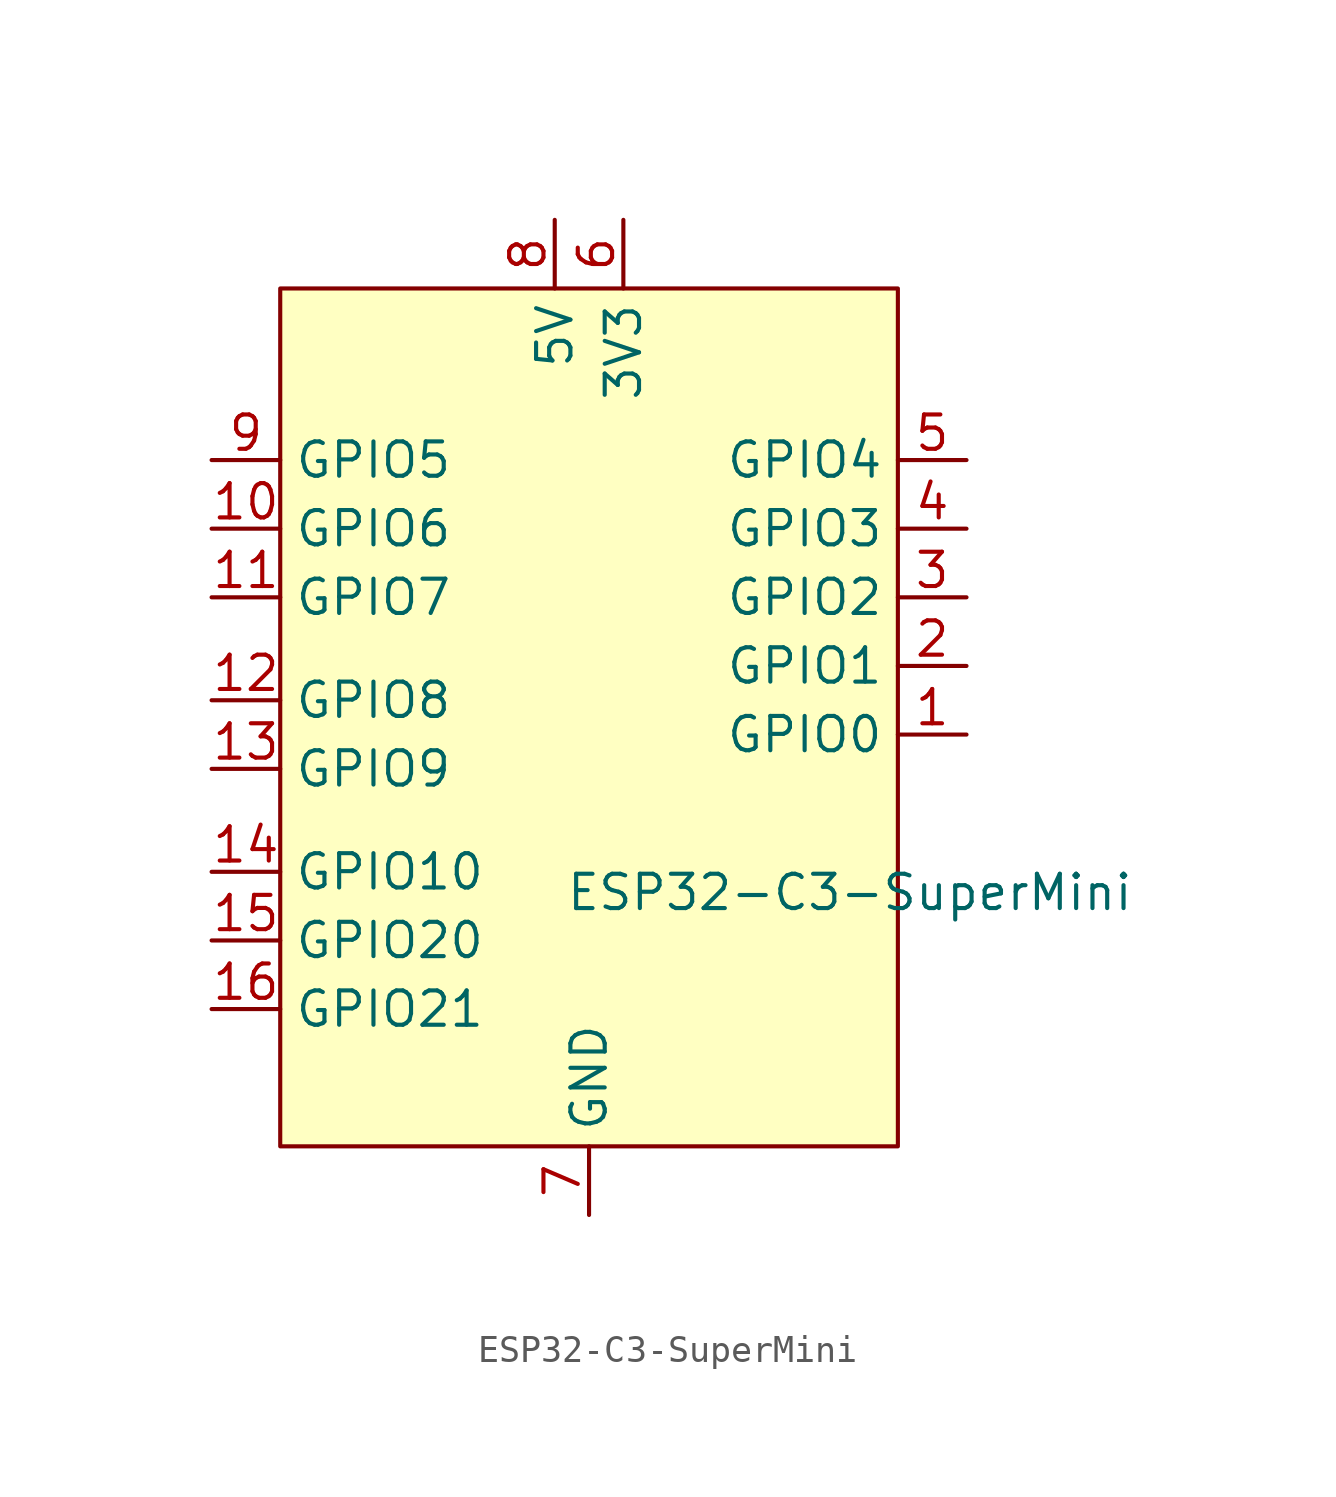
<source format=kicad_sym>
(kicad_symbol_lib
  (version 20241209)
  (generator "kicad_symbol_editor")
  (generator_version "9.0")
  (symbol "ESP32-C3-SuperMini"
    (property "Reference" "U"
      (at 2.286 5.08 0)
      (effects (font (size 1.27 1.27)) (hide yes)))
    (property "Value" "ESP32-C3-SuperMini"
      (at 9.652 -9.652 0)
      (effects (font (size 1.27 1.27))))
    (symbol "ESP32-C3-SuperMini_1_1"
      (rectangle (start -11.43 12.7) (end 11.43 -19.05) (stroke (width 0) (type solid)) (fill (type background)))
      (pin bidirectional line (at -13.97 6.35 0) (length 2.54) (name "GPIO5" (effects (font (size 1.27 1.27)))) (number "9" (effects (font (size 1.27 1.27)))) (alternate "ADC2_CH0" input line) (alternate "JTAG_MTDI" bidirectional line) (alternate "SPI_MISO" input line))
      (pin bidirectional line (at -13.97 3.81 0) (length 2.54) (name "GPIO6" (effects (font (size 1.27 1.27)))) (number "10" (effects (font (size 1.27 1.27)))) (alternate "JTAG_MTCK" bidirectional line) (alternate "SPI_MOSI" output line))
      (pin bidirectional line (at -13.97 1.27 0) (length 2.54) (name "GPIO7" (effects (font (size 1.27 1.27)))) (number "11" (effects (font (size 1.27 1.27)))) (alternate "JTAG_MTDO" bidirectional line) (alternate "SPI_SS" output line))
      (pin bidirectional line (at -13.97 -2.54 0) (length 2.54) (name "GPIO8" (effects (font (size 1.27 1.27)))) (number "12" (effects (font (size 1.27 1.27)))) (alternate "I2C_SDA" bidirectional line) (alternate "LED_BUILTIN" passive line) (alternate "Strapping: Boot mode" input line))
      (pin bidirectional line (at -13.97 -5.08 0) (length 2.54) (name "GPIO9" (effects (font (size 1.27 1.27)))) (number "13" (effects (font (size 1.27 1.27)))) (alternate "I2C_SCL" output line) (alternate "Strapping: Boot mode" input line))
      (pin bidirectional line (at -13.97 -8.89 0) (length 2.54) (name "GPIO10" (effects (font (size 1.27 1.27)))) (number "14" (effects (font (size 1.27 1.27)))))
      (pin bidirectional line (at -13.97 -11.43 0) (length 2.54) (name "GPIO20" (effects (font (size 1.27 1.27)))) (number "15" (effects (font (size 1.27 1.27)))) (alternate "UART0_RX" input line))
      (pin bidirectional line (at -13.97 -13.97 0) (length 2.54) (name "GPIO21" (effects (font (size 1.27 1.27)))) (number "16" (effects (font (size 1.27 1.27)))) (alternate "UART0_TX" output line))
      (pin power_in line (at -1.27 15.24 270) (length 2.54) (name "5V" (effects (font (size 1.27 1.27)))) (number "8" (effects (font (size 1.27 1.27)))))
      (pin power_in line (at 0 -21.59 90) (length 2.54) (name "GND" (effects (font (size 1.27 1.27)))) (number "7" (effects (font (size 1.27 1.27)))))
      (pin power_out line (at 1.27 15.24 270) (length 2.54) (name "3V3" (effects (font (size 1.27 1.27)))) (number "6" (effects (font (size 1.27 1.27)))))
      (pin bidirectional line (at 13.97 6.35 180) (length 2.54) (name "GPIO4" (effects (font (size 1.27 1.27)))) (number "5" (effects (font (size 1.27 1.27)))) (alternate "ADC1_CH4" input line) (alternate "JTAG_MTMS" bidirectional line) (alternate "SPI_CLK" output line))
      (pin bidirectional line (at 13.97 3.81 180) (length 2.54) (name "GPIO3" (effects (font (size 1.27 1.27)))) (number "4" (effects (font (size 1.27 1.27)))) (alternate "ADC1_CH3" input line) (alternate "RTC" bidirectional line))
      (pin bidirectional line (at 13.97 1.27 180) (length 2.54) (name "GPIO2" (effects (font (size 1.27 1.27)))) (number "3" (effects (font (size 1.27 1.27)))) (alternate "ADC1_CH2" input line) (alternate "RTC" bidirectional line) (alternate "Strapping Pin" input line))
      (pin bidirectional line (at 13.97 -1.27 180) (length 2.54) (name "GPIO1" (effects (font (size 1.27 1.27)))) (number "2" (effects (font (size 1.27 1.27)))) (alternate "ADC1_CH1" input line) (alternate "RTC" bidirectional line) (alternate "XTAL_32K_N" bidirectional line))
      (pin bidirectional line (at 13.97 -3.81 180) (length 2.54) (name "GPIO0" (effects (font (size 1.27 1.27)))) (number "1" (effects (font (size 1.27 1.27)))) (alternate "ADC1_CH0" input line) (alternate "RTC" bidirectional line) (alternate "XTAL_32K_P" bidirectional line)))))
</source>
